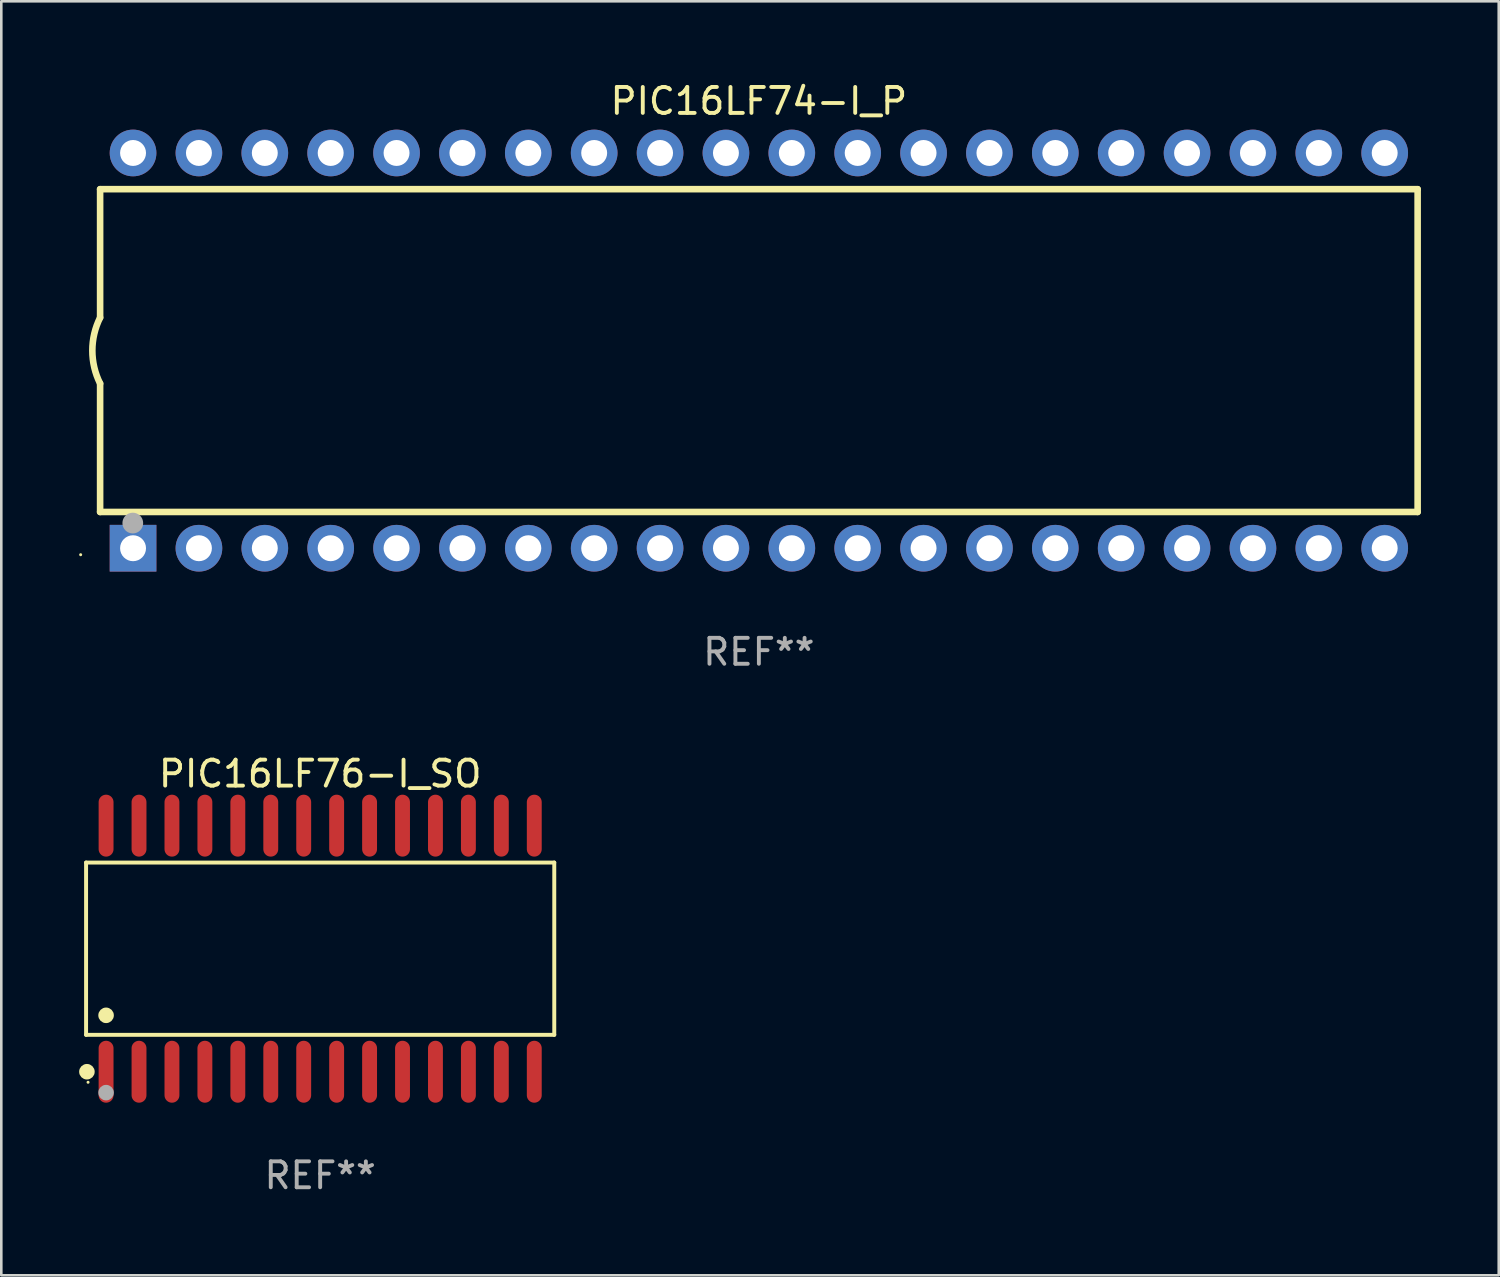
<source format=kicad_pcb>
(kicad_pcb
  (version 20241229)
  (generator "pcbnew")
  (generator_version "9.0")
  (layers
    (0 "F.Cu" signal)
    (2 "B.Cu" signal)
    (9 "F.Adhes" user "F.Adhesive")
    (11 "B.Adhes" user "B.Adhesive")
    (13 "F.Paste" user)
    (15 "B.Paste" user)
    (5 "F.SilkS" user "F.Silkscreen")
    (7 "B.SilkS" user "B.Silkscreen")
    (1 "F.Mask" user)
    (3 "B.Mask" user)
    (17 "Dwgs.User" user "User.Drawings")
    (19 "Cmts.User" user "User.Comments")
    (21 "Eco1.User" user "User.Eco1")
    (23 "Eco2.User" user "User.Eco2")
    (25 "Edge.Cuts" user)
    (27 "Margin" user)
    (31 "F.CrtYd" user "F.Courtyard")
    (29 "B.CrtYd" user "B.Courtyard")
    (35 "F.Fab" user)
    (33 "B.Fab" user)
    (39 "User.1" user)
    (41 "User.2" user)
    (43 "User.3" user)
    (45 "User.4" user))
  (footprint "PIC16LF74-I_P"
    (layer "F.Cu")
    (at 26.21 10.468)
    (property "Reference" "PIC16LF74-I_P" (at 0 -9.62 0) (layer "F.SilkS") (effects (font (size 1 1) (thickness 0.15))))
    (attr through_hole)
    (fp_line (start -25.4 -6.224) (end -25.4 -1.271) (stroke (width 0.254) (type solid)) (layer "F.SilkS"))
    (fp_line (start -25.4 -6.224) (end 25.4 -6.224) (stroke (width 0.254) (type solid)) (layer "F.SilkS"))
    (fp_line (start -25.4 1.269) (end -25.4 6.222) (stroke (width 0.254) (type solid)) (layer "F.SilkS"))
    (fp_line (start -25.4 6.222) (end 25.4 6.222) (stroke (width 0.254) (type solid)) (layer "F.SilkS"))
    (fp_line (start 25.4 6.222) (end 25.4 -6.224) (stroke (width 0.254) (type solid)) (layer "F.SilkS"))
    (fp_arc (start -25.4 1.269241) (mid -25.699807 -0.000762) (end -25.4 -1.270765) (stroke (width 0.254001) (type solid)) (layer "F.SilkS"))
    (fp_circle (center -26.15 7.87) (end -26.12 7.87) (stroke (width 0.06) (type solid)) (fill no) (layer "F.SilkS"))
    (fp_circle (center -24.14 6.65) (end -23.94 6.65) (stroke (width 0.4) (type solid)) (fill no) (layer "F.Fab"))
    (fp_text user "REF**" (at 0 11.62 0) (layer "F.Fab") (effects (font (size 1 1) (thickness 0.15))))
    (pad "1" thru_hole rect (at -24.13 7.62 90) (size 1.8 1.8) (drill 1) (layers "*.Cu" "*.Mask"))
    (pad "2" thru_hole circle (at -21.59 7.62) (size 1.8 1.8) (drill 1) (layers "*.Cu" "*.Mask"))
    (pad "3" thru_hole circle (at -19.05 7.62) (size 1.8 1.8) (drill 1) (layers "*.Cu" "*.Mask"))
    (pad "4" thru_hole circle (at -16.51 7.62) (size 1.8 1.8) (drill 1) (layers "*.Cu" "*.Mask"))
    (pad "5" thru_hole circle (at -13.97 7.62) (size 1.8 1.8) (drill 1) (layers "*.Cu" "*.Mask"))
    (pad "6" thru_hole circle (at -11.43 7.62) (size 1.8 1.8) (drill 1) (layers "*.Cu" "*.Mask"))
    (pad "7" thru_hole circle (at -8.89 7.62) (size 1.8 1.8) (drill 1) (layers "*.Cu" "*.Mask"))
    (pad "8" thru_hole circle (at -6.35 7.62) (size 1.8 1.8) (drill 1) (layers "*.Cu" "*.Mask"))
    (pad "9" thru_hole circle (at -3.81 7.62) (size 1.8 1.8) (drill 1) (layers "*.Cu" "*.Mask"))
    (pad "10" thru_hole circle (at -1.27 7.62) (size 1.8 1.8) (drill 1) (layers "*.Cu" "*.Mask"))
    (pad "11" thru_hole circle (at 1.27 7.62) (size 1.8 1.8) (drill 1) (layers "*.Cu" "*.Mask"))
    (pad "12" thru_hole circle (at 3.81 7.62) (size 1.8 1.8) (drill 1) (layers "*.Cu" "*.Mask"))
    (pad "13" thru_hole circle (at 6.35 7.62) (size 1.8 1.8) (drill 1) (layers "*.Cu" "*.Mask"))
    (pad "14" thru_hole circle (at 8.89 7.62) (size 1.8 1.8) (drill 1) (layers "*.Cu" "*.Mask"))
    (pad "15" thru_hole circle (at 11.43 7.62) (size 1.8 1.8) (drill 1) (layers "*.Cu" "*.Mask"))
    (pad "16" thru_hole circle (at 13.97 7.62) (size 1.8 1.8) (drill 1) (layers "*.Cu" "*.Mask"))
    (pad "17" thru_hole circle (at 16.51 7.62) (size 1.8 1.8) (drill 1) (layers "*.Cu" "*.Mask"))
    (pad "18" thru_hole circle (at 19.05 7.62) (size 1.8 1.8) (drill 1) (layers "*.Cu" "*.Mask"))
    (pad "19" thru_hole circle (at 21.59 7.62) (size 1.8 1.8) (drill 1) (layers "*.Cu" "*.Mask"))
    (pad "20" thru_hole circle (at 24.13 7.62) (size 1.8 1.8) (drill 1) (layers "*.Cu" "*.Mask"))
    (pad "21" thru_hole circle (at 24.13 -7.62) (size 1.8 1.8) (drill 1) (layers "*.Cu" "*.Mask"))
    (pad "22" thru_hole circle (at 21.59 -7.62) (size 1.8 1.8) (drill 1) (layers "*.Cu" "*.Mask"))
    (pad "23" thru_hole circle (at 19.05 -7.62) (size 1.8 1.8) (drill 1) (layers "*.Cu" "*.Mask"))
    (pad "24" thru_hole circle (at 16.51 -7.62) (size 1.8 1.8) (drill 1) (layers "*.Cu" "*.Mask"))
    (pad "25" thru_hole circle (at 13.97 -7.62) (size 1.8 1.8) (drill 1) (layers "*.Cu" "*.Mask"))
    (pad "26" thru_hole circle (at 11.43 -7.62) (size 1.8 1.8) (drill 1) (layers "*.Cu" "*.Mask"))
    (pad "27" thru_hole circle (at 8.89 -7.62) (size 1.8 1.8) (drill 1) (layers "*.Cu" "*.Mask"))
    (pad "28" thru_hole circle (at 6.35 -7.62) (size 1.8 1.8) (drill 1) (layers "*.Cu" "*.Mask"))
    (pad "29" thru_hole circle (at 3.81 -7.62) (size 1.8 1.8) (drill 1) (layers "*.Cu" "*.Mask"))
    (pad "30" thru_hole circle (at 1.27 -7.62) (size 1.8 1.8) (drill 1) (layers "*.Cu" "*.Mask"))
    (pad "31" thru_hole circle (at -1.27 -7.62) (size 1.8 1.8) (drill 1) (layers "*.Cu" "*.Mask"))
    (pad "32" thru_hole circle (at -3.81 -7.62) (size 1.8 1.8) (drill 1) (layers "*.Cu" "*.Mask"))
    (pad "33" thru_hole circle (at -6.35 -7.62) (size 1.8 1.8) (drill 1) (layers "*.Cu" "*.Mask"))
    (pad "34" thru_hole circle (at -8.89 -7.62) (size 1.8 1.8) (drill 1) (layers "*.Cu" "*.Mask"))
    (pad "35" thru_hole circle (at -11.43 -7.62) (size 1.8 1.8) (drill 1) (layers "*.Cu" "*.Mask"))
    (pad "36" thru_hole circle (at -13.97 -7.62) (size 1.8 1.8) (drill 1) (layers "*.Cu" "*.Mask"))
    (pad "37" thru_hole circle (at -16.51 -7.62) (size 1.8 1.8) (drill 1) (layers "*.Cu" "*.Mask"))
    (pad "38" thru_hole circle (at -19.05 -7.62) (size 1.8 1.8) (drill 1) (layers "*.Cu" "*.Mask"))
    (pad "39" thru_hole circle (at -21.59 -7.62) (size 1.8 1.8) (drill 1) (layers "*.Cu" "*.Mask"))
    (pad "40" thru_hole circle (at -24.13 -7.62) (size 1.8 1.8) (drill 1) (layers "*.Cu" "*.Mask")))
  (footprint "PIC16LF76-I_SO"
    (layer "F.Cu")
    (at 9.295 33.529)
    (property "Reference" "PIC16LF76-I_SO" (at 0 -6.744 0) (layer "F.SilkS") (effects (font (size 1 1) (thickness 0.15))))
    (attr through_hole)
    (fp_line (start -9.026 -3.321) (end 9.026 -3.321) (stroke (width 0.152) (type solid)) (layer "F.SilkS"))
    (fp_line (start -9.026 3.321) (end -9.026 -3.321) (stroke (width 0.152) (type solid)) (layer "F.SilkS"))
    (fp_line (start 9.026 -3.321) (end 9.026 3.321) (stroke (width 0.152) (type solid)) (layer "F.SilkS"))
    (fp_line (start 9.026 3.321) (end -9.026 3.321) (stroke (width 0.152) (type solid)) (layer "F.SilkS"))
    (fp_circle (center -8.994 4.744) (end -8.844 4.744) (stroke (width 0.3) (type solid)) (fill no) (layer "F.SilkS"))
    (fp_circle (center -8.95 5.15) (end -8.92 5.15) (stroke (width 0.06) (type solid)) (fill no) (layer "F.SilkS"))
    (fp_circle (center -8.255 2.569) (end -8.105 2.569) (stroke (width 0.3) (type solid)) (fill no) (layer "F.SilkS"))
    (fp_circle (center -8.255 5.55) (end -8.105 5.55) (stroke (width 0.3) (type solid)) (fill no) (layer "F.Fab"))
    (fp_text user "REF**" (at 0 8.744 0) (layer "F.Fab") (effects (font (size 1 1) (thickness 0.15))))
    (pad "1" smd oval (at -8.255 4.744) (size 0.574 2.388) (layers "F.Cu" "F.Mask" "F.Paste"))
    (pad "2" smd oval (at -6.985 4.744) (size 0.574 2.388) (layers "F.Cu" "F.Mask" "F.Paste"))
    (pad "3" smd oval (at -5.715 4.744) (size 0.574 2.388) (layers "F.Cu" "F.Mask" "F.Paste"))
    (pad "4" smd oval (at -4.445 4.744) (size 0.574 2.388) (layers "F.Cu" "F.Mask" "F.Paste"))
    (pad "5" smd oval (at -3.175 4.744) (size 0.574 2.388) (layers "F.Cu" "F.Mask" "F.Paste"))
    (pad "6" smd oval (at -1.905 4.744) (size 0.574 2.388) (layers "F.Cu" "F.Mask" "F.Paste"))
    (pad "7" smd oval (at -0.635 4.744) (size 0.574 2.388) (layers "F.Cu" "F.Mask" "F.Paste"))
    (pad "8" smd oval (at 0.635 4.744) (size 0.574 2.388) (layers "F.Cu" "F.Mask" "F.Paste"))
    (pad "9" smd oval (at 1.905 4.744) (size 0.574 2.388) (layers "F.Cu" "F.Mask" "F.Paste"))
    (pad "10" smd oval (at 3.175 4.744) (size 0.574 2.388) (layers "F.Cu" "F.Mask" "F.Paste"))
    (pad "11" smd oval (at 4.445 4.744) (size 0.574 2.388) (layers "F.Cu" "F.Mask" "F.Paste"))
    (pad "12" smd oval (at 5.715 4.744) (size 0.574 2.388) (layers "F.Cu" "F.Mask" "F.Paste"))
    (pad "13" smd oval (at 6.985 4.744) (size 0.574 2.388) (layers "F.Cu" "F.Mask" "F.Paste"))
    (pad "14" smd oval (at 8.255 4.744) (size 0.574 2.388) (layers "F.Cu" "F.Mask" "F.Paste"))
    (pad "15" smd oval (at 8.255 -4.744) (size 0.574 2.388) (layers "F.Cu" "F.Mask" "F.Paste"))
    (pad "16" smd oval (at 6.985 -4.744) (size 0.574 2.388) (layers "F.Cu" "F.Mask" "F.Paste"))
    (pad "17" smd oval (at 5.715 -4.744) (size 0.574 2.388) (layers "F.Cu" "F.Mask" "F.Paste"))
    (pad "18" smd oval (at 4.445 -4.744) (size 0.574 2.388) (layers "F.Cu" "F.Mask" "F.Paste"))
    (pad "19" smd oval (at 3.175 -4.744) (size 0.574 2.388) (layers "F.Cu" "F.Mask" "F.Paste"))
    (pad "20" smd oval (at 1.905 -4.744) (size 0.574 2.388) (layers "F.Cu" "F.Mask" "F.Paste"))
    (pad "21" smd oval (at 0.635 -4.744) (size 0.574 2.388) (layers "F.Cu" "F.Mask" "F.Paste"))
    (pad "22" smd oval (at -0.635 -4.744) (size 0.574 2.388) (layers "F.Cu" "F.Mask" "F.Paste"))
    (pad "23" smd oval (at -1.905 -4.744) (size 0.574 2.388) (layers "F.Cu" "F.Mask" "F.Paste"))
    (pad "24" smd oval (at -3.175 -4.744) (size 0.574 2.388) (layers "F.Cu" "F.Mask" "F.Paste"))
    (pad "25" smd oval (at -4.445 -4.744) (size 0.574 2.388) (layers "F.Cu" "F.Mask" "F.Paste"))
    (pad "26" smd oval (at -5.715 -4.744) (size 0.574 2.388) (layers "F.Cu" "F.Mask" "F.Paste"))
    (pad "27" smd oval (at -6.985 -4.744) (size 0.574 2.388) (layers "F.Cu" "F.Mask" "F.Paste"))
    (pad "28" smd oval (at -8.255 -4.744) (size 0.574 2.388) (layers "F.Cu" "F.Mask" "F.Paste")))
  (gr_rect
    (start -3 -3)
    (end 54.737 46.121)
    (stroke (width 0.1) (type default))
    (fill no)
    (layer "Edge.Cuts")))
</source>
